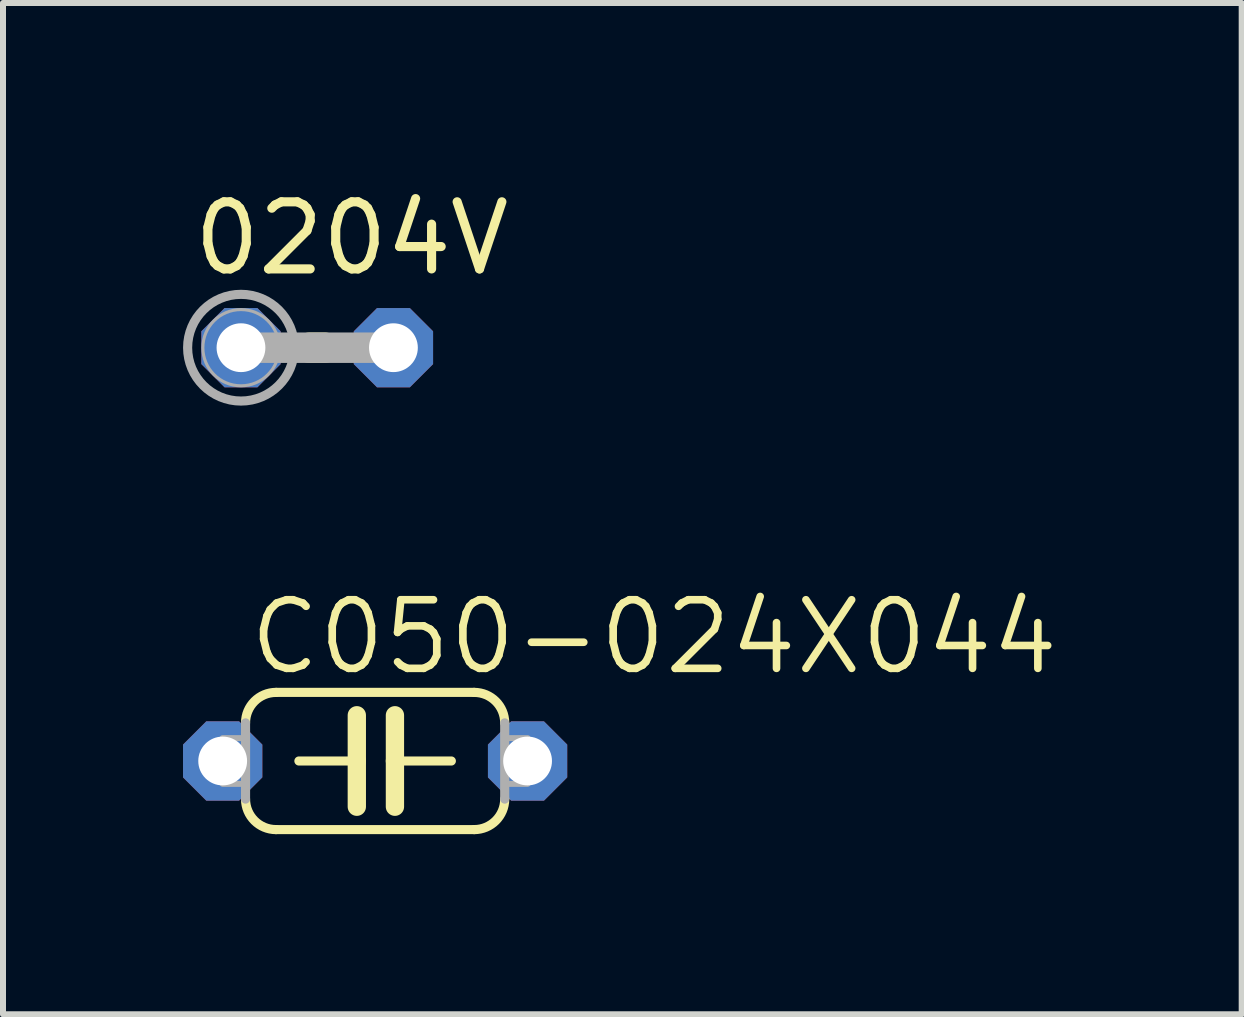
<source format=kicad_pcb>
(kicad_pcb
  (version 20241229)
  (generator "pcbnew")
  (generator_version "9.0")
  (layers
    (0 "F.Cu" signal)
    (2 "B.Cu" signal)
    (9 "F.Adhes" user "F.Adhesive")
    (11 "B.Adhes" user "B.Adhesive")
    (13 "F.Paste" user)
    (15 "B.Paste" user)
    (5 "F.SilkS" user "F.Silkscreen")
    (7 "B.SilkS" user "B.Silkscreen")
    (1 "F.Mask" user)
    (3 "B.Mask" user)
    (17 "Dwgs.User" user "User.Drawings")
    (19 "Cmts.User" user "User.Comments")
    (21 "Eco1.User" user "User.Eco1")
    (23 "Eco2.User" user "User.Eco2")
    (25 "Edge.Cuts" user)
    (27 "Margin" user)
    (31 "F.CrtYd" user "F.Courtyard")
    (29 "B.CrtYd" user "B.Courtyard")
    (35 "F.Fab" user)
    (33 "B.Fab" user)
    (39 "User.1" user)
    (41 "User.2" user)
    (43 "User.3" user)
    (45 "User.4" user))
  (footprint "C050-024X044"
    (layer "F.Cu")
    (at 3.2 9.629)
    (property "Reference" "C050-024X044" (at -2.159 -1.397 0) (unlocked yes) (layer "F.SilkS") (effects (font (size 1.143 1.143) (thickness 0.127)) (justify left bottom)))
    (fp_line (start -1.27 0) (end -0.305 0) (stroke (width 0.152) (type solid)) (layer "F.SilkS"))
    (fp_line (start -0.305 -0.762) (end -0.305 0) (stroke (width 0.305) (type solid)) (layer "F.SilkS"))
    (fp_line (start -0.305 0) (end -0.305 0.762) (stroke (width 0.305) (type solid)) (layer "F.SilkS"))
    (fp_line (start 0.33 -0.762) (end 0.33 0) (stroke (width 0.305) (type solid)) (layer "F.SilkS"))
    (fp_line (start 0.33 0) (end 0.33 0.762) (stroke (width 0.305) (type solid)) (layer "F.SilkS"))
    (fp_line (start 1.27 0) (end 0.33 0) (stroke (width 0.152) (type solid)) (layer "F.SilkS"))
    (fp_line (start 1.651 -1.143) (end -1.651 -1.143) (stroke (width 0.152) (type solid)) (layer "F.SilkS"))
    (fp_line (start 1.651 1.143) (end -1.651 1.143) (stroke (width 0.152) (type solid)) (layer "F.SilkS"))
    (fp_arc (start -2.159 -0.635) (mid -2.01021 -0.99421) (end -1.651 -1.143) (stroke (width 0.1524) (type solid)) (layer "F.SilkS"))
    (fp_arc (start -1.651 1.143) (mid -2.01021 0.99421) (end -2.159 0.635) (stroke (width 0.1524) (type solid)) (layer "F.SilkS"))
    (fp_arc (start 1.651 -1.143) (mid 2.01021 -0.99421) (end 2.159 -0.635) (stroke (width 0.1524) (type solid)) (layer "F.SilkS"))
    (fp_arc (start 2.159 0.635) (mid 2.01021 0.99421) (end 1.651 1.143) (stroke (width 0.1524) (type solid)) (layer "F.SilkS"))
    (fp_line (start -2.159 0.635) (end -2.159 -0.635) (stroke (width 0.152) (type solid)) (layer "F.Fab"))
    (fp_line (start 2.159 0.635) (end 2.159 -0.635) (stroke (width 0.152) (type solid)) (layer "F.Fab"))
    (fp_poly (pts (xy -2.54 0.381) (xy -2.159 0.381) (xy -2.159 -0.381) (xy -2.54 -0.381)) (stroke (width 0.1) (type default)) (fill no) (layer "F.Fab"))
    (fp_poly (pts (xy 2.159 0.381) (xy 2.54 0.381) (xy 2.54 -0.381) (xy 2.159 -0.381)) (stroke (width 0.1) (type default)) (fill no) (layer "F.Fab"))
    (pad "1" thru_hole roundrect (at -2.54 0) (size 1.321 1.321) (drill 0.813) (layers "*.Cu" "*.Mask") (roundrect_rratio 0.25) (chamfer_ratio 0.293) (chamfer top_left top_right bottom_left bottom_right))
    (pad "2" thru_hole roundrect (at 2.54 0) (size 1.321 1.321) (drill 0.813) (layers "*.Cu" "*.Mask") (roundrect_rratio 0.25) (chamfer_ratio 0.293) (chamfer top_left top_right bottom_left bottom_right)))
  (footprint "0204V"
    (layer "F.Cu")
    (at 2.235 2.743)
    (property "Reference" "0204V" (at -2.134 -1.168 0) (unlocked yes) (layer "F.SilkS") (effects (font (size 1.118 1.118) (thickness 0.152)) (justify left bottom)))
    (fp_line (start -0.127 0) (end 0.127 0) (stroke (width 0.508) (type solid)) (layer "F.SilkS"))
    (fp_line (start -1.27 0) (end 1.27 0) (stroke (width 0.508) (type solid)) (layer "F.Fab"))
    (fp_circle (center -1.27 0) (end -0.635 0) (stroke (width 0.051) (type solid)) (fill no) (layer "F.Fab"))
    (fp_circle (center -1.27 0) (end -0.381 0) (stroke (width 0.152) (type solid)) (fill no) (layer "F.Fab"))
    (pad "1" thru_hole roundrect (at -1.27 0) (size 1.321 1.321) (drill 0.813) (layers "*.Cu" "*.Mask") (roundrect_rratio 0.25) (chamfer_ratio 0.293) (chamfer top_left top_right bottom_left bottom_right))
    (pad "2" thru_hole roundrect (at 1.27 0) (size 1.321 1.321) (drill 0.813) (layers "*.Cu" "*.Mask") (roundrect_rratio 0.25) (chamfer_ratio 0.293) (chamfer top_left top_right bottom_left bottom_right)))
  (gr_rect
    (start -3 -3)
    (end 17.638 13.849)
    (stroke (width 0.1) (type default))
    (fill no)
    (layer "Edge.Cuts")))
</source>
